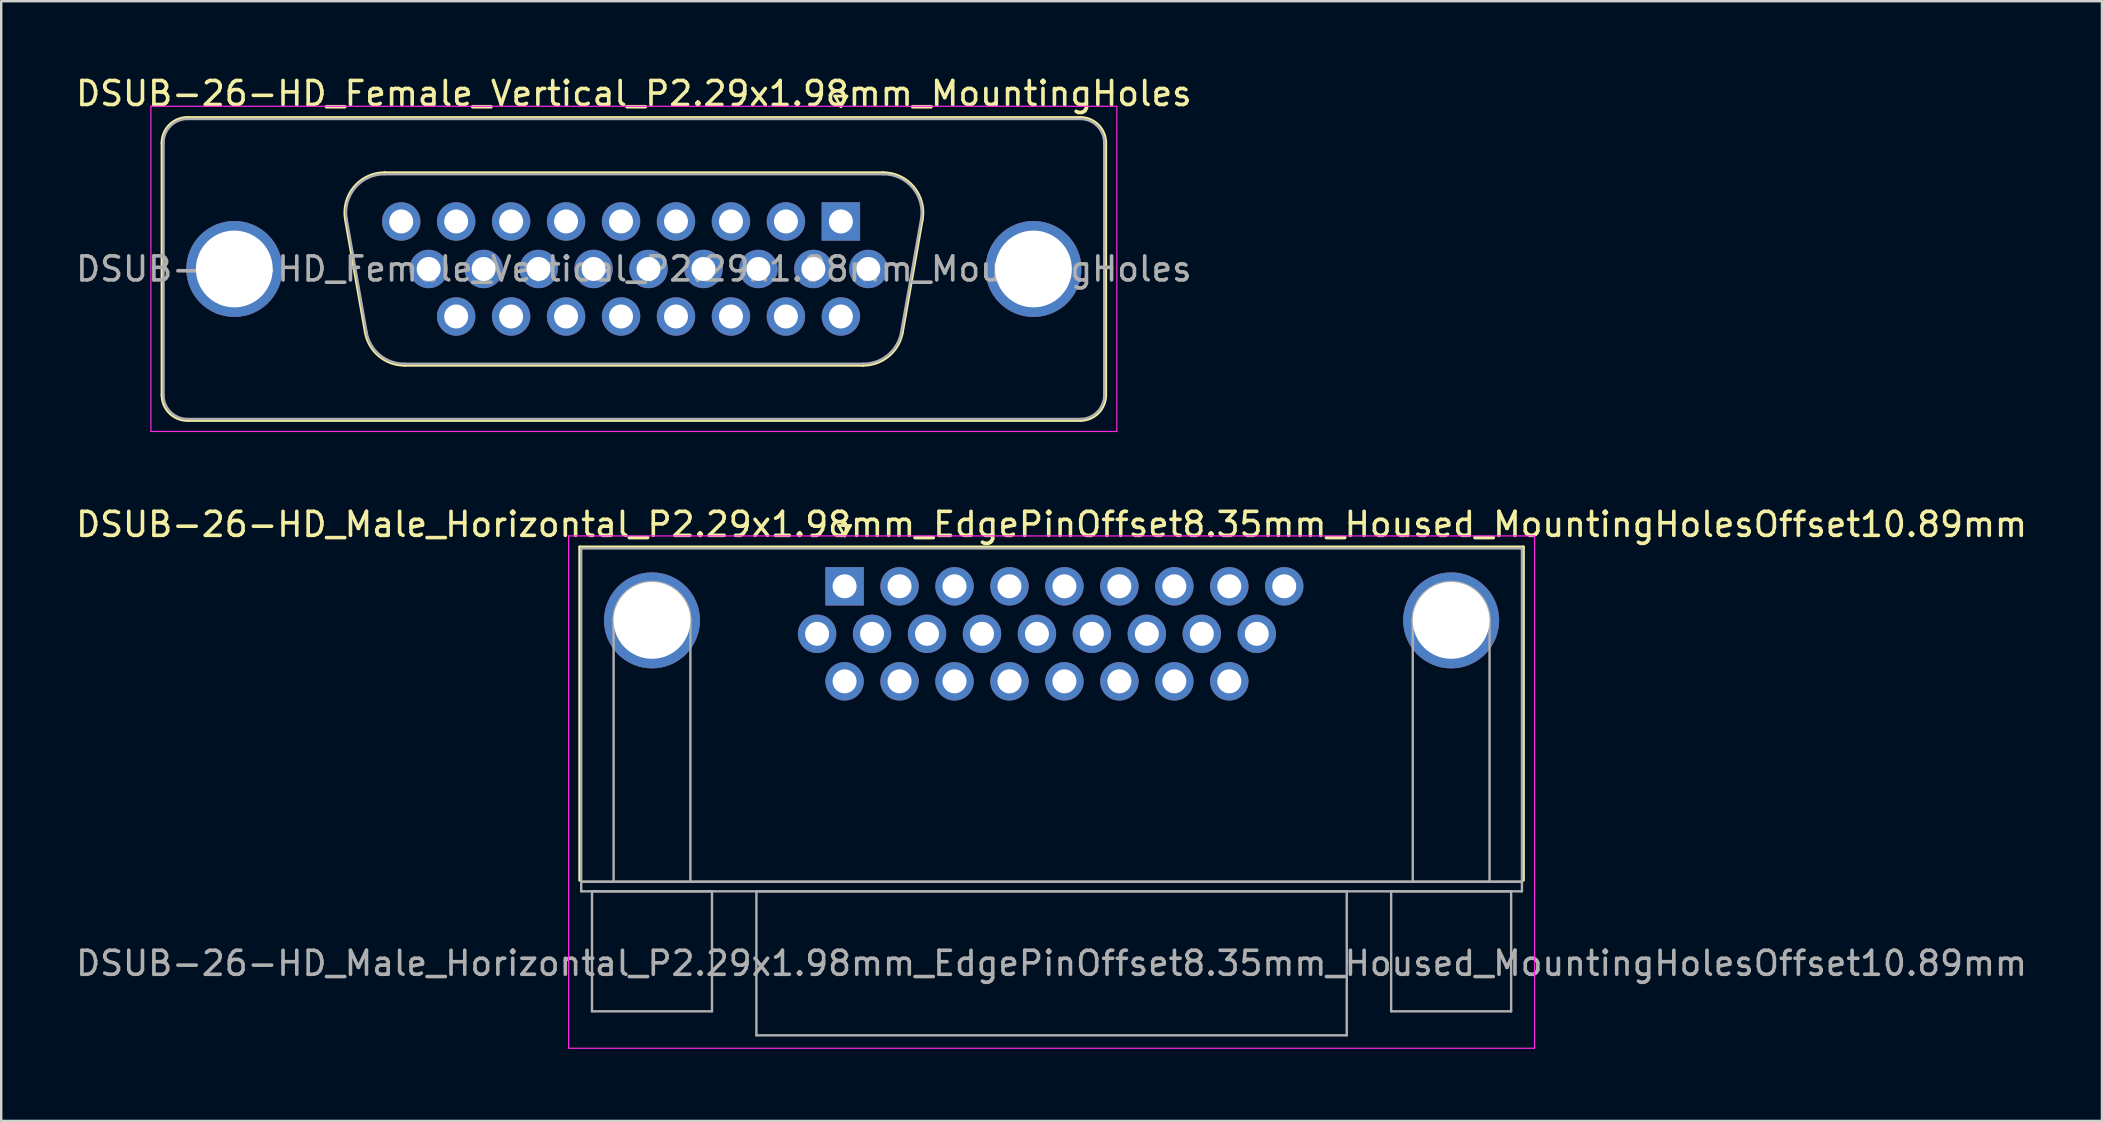
<source format=kicad_pcb>
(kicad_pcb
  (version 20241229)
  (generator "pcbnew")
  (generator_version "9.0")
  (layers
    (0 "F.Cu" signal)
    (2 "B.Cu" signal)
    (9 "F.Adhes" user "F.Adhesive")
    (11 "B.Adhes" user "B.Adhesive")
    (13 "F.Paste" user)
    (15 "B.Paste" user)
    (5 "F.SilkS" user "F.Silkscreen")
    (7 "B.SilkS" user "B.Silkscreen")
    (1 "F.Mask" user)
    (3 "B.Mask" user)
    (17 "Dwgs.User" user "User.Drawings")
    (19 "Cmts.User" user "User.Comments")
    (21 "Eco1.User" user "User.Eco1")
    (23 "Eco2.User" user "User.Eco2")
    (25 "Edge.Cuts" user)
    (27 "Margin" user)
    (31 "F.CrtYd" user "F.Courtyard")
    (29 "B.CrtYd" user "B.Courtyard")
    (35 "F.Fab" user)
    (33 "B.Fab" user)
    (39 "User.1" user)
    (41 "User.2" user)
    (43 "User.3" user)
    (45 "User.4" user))
  (footprint "DSUB-26-HD_Male_Horizontal_P2.29x1.98mm_EdgePinOffset8.35mm_Housed_MountingHolesOffset10.89mm"
    (layer "F.Cu")
    (at 32.143 21.381)
    (property "Reference" "DSUB-26-HD_Male_Horizontal_P2.29x1.98mm_EdgePinOffset8.35mm_Housed_MountingHolesOffset10.89mm" (at 8.625 -2.58 0) (layer "F.SilkS") (effects (font (size 1 1) (thickness 0.15))))
    (attr through_hole)
    (fp_line (start -11.035 -1.64) (end 28.285 -1.64) (stroke (width 0.12) (type solid)) (layer "F.SilkS"))
    (fp_line (start -11.035 12.25) (end -11.035 -1.64) (stroke (width 0.12) (type solid)) (layer "F.SilkS"))
    (fp_line (start -0.25 -2.534) (end 0.25 -2.534) (stroke (width 0.12) (type solid)) (layer "F.SilkS"))
    (fp_line (start 0 -2.101) (end -0.25 -2.534) (stroke (width 0.12) (type solid)) (layer "F.SilkS"))
    (fp_line (start 0.25 -2.534) (end 0 -2.101) (stroke (width 0.12) (type solid)) (layer "F.SilkS"))
    (fp_line (start 28.285 -1.64) (end 28.285 12.25) (stroke (width 0.12) (type solid)) (layer "F.SilkS"))
    (fp_line (start -11.5 -2.1) (end -11.5 19.25) (stroke (width 0.05) (type solid)) (layer "F.CrtYd"))
    (fp_line (start -11.5 19.25) (end 28.75 19.25) (stroke (width 0.05) (type solid)) (layer "F.CrtYd"))
    (fp_line (start 28.75 -2.1) (end -11.5 -2.1) (stroke (width 0.05) (type solid)) (layer "F.CrtYd"))
    (fp_line (start 28.75 19.25) (end 28.75 -2.1) (stroke (width 0.05) (type solid)) (layer "F.CrtYd"))
    (fp_line (start -10.975 -1.58) (end -10.975 12.31) (stroke (width 0.1) (type solid)) (layer "F.Fab"))
    (fp_line (start -10.975 12.31) (end -10.975 12.71) (stroke (width 0.1) (type solid)) (layer "F.Fab"))
    (fp_line (start -10.975 12.31) (end 28.225 12.31) (stroke (width 0.1) (type solid)) (layer "F.Fab"))
    (fp_line (start -10.975 12.71) (end 28.225 12.71) (stroke (width 0.1) (type solid)) (layer "F.Fab"))
    (fp_line (start -10.525 12.71) (end -10.525 17.71) (stroke (width 0.1) (type solid)) (layer "F.Fab"))
    (fp_line (start -10.525 17.71) (end -5.525 17.71) (stroke (width 0.1) (type solid)) (layer "F.Fab"))
    (fp_line (start -9.625 12.31) (end -9.625 1.42) (stroke (width 0.1) (type solid)) (layer "F.Fab"))
    (fp_line (start -6.425 12.31) (end -6.425 1.42) (stroke (width 0.1) (type solid)) (layer "F.Fab"))
    (fp_line (start -5.525 12.71) (end -10.525 12.71) (stroke (width 0.1) (type solid)) (layer "F.Fab"))
    (fp_line (start -5.525 17.71) (end -5.525 12.71) (stroke (width 0.1) (type solid)) (layer "F.Fab"))
    (fp_line (start -3.675 12.71) (end -3.675 18.71) (stroke (width 0.1) (type solid)) (layer "F.Fab"))
    (fp_line (start -3.675 18.71) (end 20.925 18.71) (stroke (width 0.1) (type solid)) (layer "F.Fab"))
    (fp_line (start 20.925 12.71) (end -3.675 12.71) (stroke (width 0.1) (type solid)) (layer "F.Fab"))
    (fp_line (start 20.925 18.71) (end 20.925 12.71) (stroke (width 0.1) (type solid)) (layer "F.Fab"))
    (fp_line (start 22.775 12.71) (end 22.775 17.71) (stroke (width 0.1) (type solid)) (layer "F.Fab"))
    (fp_line (start 22.775 17.71) (end 27.775 17.71) (stroke (width 0.1) (type solid)) (layer "F.Fab"))
    (fp_line (start 23.675 12.31) (end 23.675 1.42) (stroke (width 0.1) (type solid)) (layer "F.Fab"))
    (fp_line (start 26.875 12.31) (end 26.875 1.42) (stroke (width 0.1) (type solid)) (layer "F.Fab"))
    (fp_line (start 27.775 12.71) (end 22.775 12.71) (stroke (width 0.1) (type solid)) (layer "F.Fab"))
    (fp_line (start 27.775 17.71) (end 27.775 12.71) (stroke (width 0.1) (type solid)) (layer "F.Fab"))
    (fp_line (start 28.225 -1.58) (end -10.975 -1.58) (stroke (width 0.1) (type solid)) (layer "F.Fab"))
    (fp_line (start 28.225 12.31) (end -10.975 12.31) (stroke (width 0.1) (type solid)) (layer "F.Fab"))
    (fp_line (start 28.225 12.31) (end 28.225 -1.58) (stroke (width 0.1) (type solid)) (layer "F.Fab"))
    (fp_line (start 28.225 12.71) (end 28.225 12.31) (stroke (width 0.1) (type solid)) (layer "F.Fab"))
    (fp_arc (start -9.625 1.42) (mid -8.025 -0.18) (end -6.425 1.42) (stroke (width 0.1) (type solid)) (layer "F.Fab"))
    (fp_arc (start 23.675 1.42) (mid 25.275 -0.18) (end 26.875 1.42) (stroke (width 0.1) (type solid)) (layer "F.Fab"))
    (fp_text user "${REFERENCE}" (at 8.625 15.71 0) (layer "F.Fab") (effects (font (size 1 1) (thickness 0.15))))
    (pad "0" thru_hole circle (at -8.025 1.42) (size 4 4) (drill 3.2) (layers "*.Cu" "*.Mask"))
    (pad "0" thru_hole circle (at 25.275 1.42) (size 4 4) (drill 3.2) (layers "*.Cu" "*.Mask"))
    (pad "1" thru_hole rect (at 0 0) (size 1.6 1.6) (drill 1) (layers "*.Cu" "*.Mask"))
    (pad "2" thru_hole circle (at 2.29 0) (size 1.6 1.6) (drill 1) (layers "*.Cu" "*.Mask"))
    (pad "3" thru_hole circle (at 4.58 0) (size 1.6 1.6) (drill 1) (layers "*.Cu" "*.Mask"))
    (pad "4" thru_hole circle (at 6.87 0) (size 1.6 1.6) (drill 1) (layers "*.Cu" "*.Mask"))
    (pad "5" thru_hole circle (at 9.16 0) (size 1.6 1.6) (drill 1) (layers "*.Cu" "*.Mask"))
    (pad "6" thru_hole circle (at 11.45 0) (size 1.6 1.6) (drill 1) (layers "*.Cu" "*.Mask"))
    (pad "7" thru_hole circle (at 13.74 0) (size 1.6 1.6) (drill 1) (layers "*.Cu" "*.Mask"))
    (pad "8" thru_hole circle (at 16.03 0) (size 1.6 1.6) (drill 1) (layers "*.Cu" "*.Mask"))
    (pad "9" thru_hole circle (at 18.32 0) (size 1.6 1.6) (drill 1) (layers "*.Cu" "*.Mask"))
    (pad "10" thru_hole circle (at -1.145 1.98) (size 1.6 1.6) (drill 1) (layers "*.Cu" "*.Mask"))
    (pad "11" thru_hole circle (at 1.145 1.98) (size 1.6 1.6) (drill 1) (layers "*.Cu" "*.Mask"))
    (pad "12" thru_hole circle (at 3.435 1.98) (size 1.6 1.6) (drill 1) (layers "*.Cu" "*.Mask"))
    (pad "13" thru_hole circle (at 5.725 1.98) (size 1.6 1.6) (drill 1) (layers "*.Cu" "*.Mask"))
    (pad "14" thru_hole circle (at 8.015 1.98) (size 1.6 1.6) (drill 1) (layers "*.Cu" "*.Mask"))
    (pad "15" thru_hole circle (at 10.305 1.98) (size 1.6 1.6) (drill 1) (layers "*.Cu" "*.Mask"))
    (pad "16" thru_hole circle (at 12.595 1.98) (size 1.6 1.6) (drill 1) (layers "*.Cu" "*.Mask"))
    (pad "17" thru_hole circle (at 14.885 1.98) (size 1.6 1.6) (drill 1) (layers "*.Cu" "*.Mask"))
    (pad "18" thru_hole circle (at 17.175 1.98) (size 1.6 1.6) (drill 1) (layers "*.Cu" "*.Mask"))
    (pad "19" thru_hole circle (at 0 3.96) (size 1.6 1.6) (drill 1) (layers "*.Cu" "*.Mask"))
    (pad "20" thru_hole circle (at 2.29 3.96) (size 1.6 1.6) (drill 1) (layers "*.Cu" "*.Mask"))
    (pad "21" thru_hole circle (at 4.58 3.96) (size 1.6 1.6) (drill 1) (layers "*.Cu" "*.Mask"))
    (pad "22" thru_hole circle (at 6.87 3.96) (size 1.6 1.6) (drill 1) (layers "*.Cu" "*.Mask"))
    (pad "23" thru_hole circle (at 9.16 3.96) (size 1.6 1.6) (drill 1) (layers "*.Cu" "*.Mask"))
    (pad "24" thru_hole circle (at 11.45 3.96) (size 1.6 1.6) (drill 1) (layers "*.Cu" "*.Mask"))
    (pad "25" thru_hole circle (at 13.74 3.96) (size 1.6 1.6) (drill 1) (layers "*.Cu" "*.Mask"))
    (pad "26" thru_hole circle (at 16.03 3.96) (size 1.6 1.6) (drill 1) (layers "*.Cu" "*.Mask")))
  (footprint "DSUB-26-HD_Female_Vertical_P2.29x1.98mm_MountingHoles"
    (layer "F.Cu")
    (at 31.988 6.178)
    (property "Reference" "DSUB-26-HD_Female_Vertical_P2.29x1.98mm_MountingHoles" (at -8.625 -5.33 0) (layer "F.SilkS") (effects (font (size 1 1) (thickness 0.15))))
    (attr through_hole)
    (fp_line (start -28.285 7.23) (end -28.285 -3.27) (stroke (width 0.12) (type solid)) (layer "F.SilkS"))
    (fp_line (start -27.225 -4.33) (end 9.975 -4.33) (stroke (width 0.12) (type solid)) (layer "F.SilkS"))
    (fp_line (start -20.641 -0.082) (end -19.813 4.618) (stroke (width 0.12) (type solid)) (layer "F.SilkS"))
    (fp_line (start -19.007 -2.03) (end 1.757 -2.03) (stroke (width 0.12) (type solid)) (layer "F.SilkS"))
    (fp_line (start -18.178 5.99) (end 0.928 5.99) (stroke (width 0.12) (type solid)) (layer "F.SilkS"))
    (fp_line (start -0.25 -5.224) (end 0.25 -5.224) (stroke (width 0.12) (type solid)) (layer "F.SilkS"))
    (fp_line (start 0 -4.791) (end -0.25 -5.224) (stroke (width 0.12) (type solid)) (layer "F.SilkS"))
    (fp_line (start 0.25 -5.224) (end 0 -4.791) (stroke (width 0.12) (type solid)) (layer "F.SilkS"))
    (fp_line (start 3.391 -0.082) (end 2.563 4.618) (stroke (width 0.12) (type solid)) (layer "F.SilkS"))
    (fp_line (start 9.975 8.29) (end -27.225 8.29) (stroke (width 0.12) (type solid)) (layer "F.SilkS"))
    (fp_line (start 11.035 -3.27) (end 11.035 7.23) (stroke (width 0.12) (type solid)) (layer "F.SilkS"))
    (fp_arc (start -28.285 -3.27) (mid -27.974533 -4.019533) (end -27.225 -4.33) (stroke (width 0.12) (type solid)) (layer "F.SilkS"))
    (fp_arc (start -27.225 8.29) (mid -27.974533 7.979533) (end -28.285 7.23) (stroke (width 0.12) (type solid)) (layer "F.SilkS"))
    (fp_arc (start -20.64147 -0.081744) (mid -20.278323 -1.437028) (end -19.006689 -2.03) (stroke (width 0.12) (type solid)) (layer "F.SilkS"))
    (fp_arc (start -18.177952 5.99) (mid -19.244979 5.601634) (end -19.812733 4.618256) (stroke (width 0.12) (type solid)) (layer "F.SilkS"))
    (fp_arc (start 1.756689 -2.03) (mid 3.028323 -1.437027) (end 3.39147 -0.081744) (stroke (width 0.12) (type solid)) (layer "F.SilkS"))
    (fp_arc (start 2.562733 4.618256) (mid 1.99498 5.601634) (end 0.927952 5.99) (stroke (width 0.12) (type solid)) (layer "F.SilkS"))
    (fp_arc (start 9.975 -4.33) (mid 10.724533 -4.019533) (end 11.035 -3.27) (stroke (width 0.12) (type solid)) (layer "F.SilkS"))
    (fp_arc (start 11.035 7.23) (mid 10.724533 7.979533) (end 9.975 8.29) (stroke (width 0.12) (type solid)) (layer "F.SilkS"))
    (fp_line (start -28.75 -4.8) (end -28.75 8.75) (stroke (width 0.05) (type solid)) (layer "F.CrtYd"))
    (fp_line (start -28.75 8.75) (end 11.5 8.75) (stroke (width 0.05) (type solid)) (layer "F.CrtYd"))
    (fp_line (start 11.5 -4.8) (end -28.75 -4.8) (stroke (width 0.05) (type solid)) (layer "F.CrtYd"))
    (fp_line (start 11.5 8.75) (end 11.5 -4.8) (stroke (width 0.05) (type solid)) (layer "F.CrtYd"))
    (fp_line (start -28.225 7.23) (end -28.225 -3.27) (stroke (width 0.1) (type solid)) (layer "F.Fab"))
    (fp_line (start -27.225 -4.27) (end 9.975 -4.27) (stroke (width 0.1) (type solid)) (layer "F.Fab"))
    (fp_line (start -20.594 -0.092) (end -19.765 4.608) (stroke (width 0.1) (type solid)) (layer "F.Fab"))
    (fp_line (start -19.018 -1.97) (end 1.768 -1.97) (stroke (width 0.1) (type solid)) (layer "F.Fab"))
    (fp_line (start -18.189 5.93) (end 0.939 5.93) (stroke (width 0.1) (type solid)) (layer "F.Fab"))
    (fp_line (start 3.344 -0.092) (end 2.515 4.608) (stroke (width 0.1) (type solid)) (layer "F.Fab"))
    (fp_line (start 9.975 8.23) (end -27.225 8.23) (stroke (width 0.1) (type solid)) (layer "F.Fab"))
    (fp_line (start 10.975 -3.27) (end 10.975 7.23) (stroke (width 0.1) (type solid)) (layer "F.Fab"))
    (fp_arc (start -28.225 -3.27) (mid -27.932107 -3.977107) (end -27.225 -4.27) (stroke (width 0.1) (type solid)) (layer "F.Fab"))
    (fp_arc (start -27.225 8.23) (mid -27.932107 7.937107) (end -28.225 7.23) (stroke (width 0.1) (type solid)) (layer "F.Fab"))
    (fp_arc (start -20.593886 -0.092163) (mid -20.243865 -1.39846) (end -19.018194 -1.97) (stroke (width 0.1) (type solid)) (layer "F.Fab"))
    (fp_arc (start -18.189457 5.93) (mid -19.217917 5.555671) (end -19.765149 4.607837) (stroke (width 0.1) (type solid)) (layer "F.Fab"))
    (fp_arc (start 1.768194 -1.97) (mid 2.993865 -1.39846) (end 3.343886 -0.092163) (stroke (width 0.1) (type solid)) (layer "F.Fab"))
    (fp_arc (start 2.515149 4.607837) (mid 1.967917 5.555671) (end 0.939457 5.93) (stroke (width 0.1) (type solid)) (layer "F.Fab"))
    (fp_arc (start 9.975 -4.27) (mid 10.682107 -3.977107) (end 10.975 -3.27) (stroke (width 0.1) (type solid)) (layer "F.Fab"))
    (fp_arc (start 10.975 7.23) (mid 10.682107 7.937107) (end 9.975 8.23) (stroke (width 0.1) (type solid)) (layer "F.Fab"))
    (fp_text user "${REFERENCE}" (at -8.625 1.98 0) (layer "F.Fab") (effects (font (size 1 1) (thickness 0.15))))
    (pad "0" thru_hole circle (at -25.275 1.98) (size 4 4) (drill 3.2) (layers "*.Cu" "*.Mask"))
    (pad "0" thru_hole circle (at 8.025 1.98) (size 4 4) (drill 3.2) (layers "*.Cu" "*.Mask"))
    (pad "1" thru_hole rect (at 0 0) (size 1.6 1.6) (drill 1) (layers "*.Cu" "*.Mask"))
    (pad "2" thru_hole circle (at -2.29 0) (size 1.6 1.6) (drill 1) (layers "*.Cu" "*.Mask"))
    (pad "3" thru_hole circle (at -4.58 0) (size 1.6 1.6) (drill 1) (layers "*.Cu" "*.Mask"))
    (pad "4" thru_hole circle (at -6.87 0) (size 1.6 1.6) (drill 1) (layers "*.Cu" "*.Mask"))
    (pad "5" thru_hole circle (at -9.16 0) (size 1.6 1.6) (drill 1) (layers "*.Cu" "*.Mask"))
    (pad "6" thru_hole circle (at -11.45 0) (size 1.6 1.6) (drill 1) (layers "*.Cu" "*.Mask"))
    (pad "7" thru_hole circle (at -13.74 0) (size 1.6 1.6) (drill 1) (layers "*.Cu" "*.Mask"))
    (pad "8" thru_hole circle (at -16.03 0) (size 1.6 1.6) (drill 1) (layers "*.Cu" "*.Mask"))
    (pad "9" thru_hole circle (at -18.32 0) (size 1.6 1.6) (drill 1) (layers "*.Cu" "*.Mask"))
    (pad "10" thru_hole circle (at 1.145 1.98) (size 1.6 1.6) (drill 1) (layers "*.Cu" "*.Mask"))
    (pad "11" thru_hole circle (at -1.145 1.98) (size 1.6 1.6) (drill 1) (layers "*.Cu" "*.Mask"))
    (pad "12" thru_hole circle (at -3.435 1.98) (size 1.6 1.6) (drill 1) (layers "*.Cu" "*.Mask"))
    (pad "13" thru_hole circle (at -5.725 1.98) (size 1.6 1.6) (drill 1) (layers "*.Cu" "*.Mask"))
    (pad "14" thru_hole circle (at -8.015 1.98) (size 1.6 1.6) (drill 1) (layers "*.Cu" "*.Mask"))
    (pad "15" thru_hole circle (at -10.305 1.98) (size 1.6 1.6) (drill 1) (layers "*.Cu" "*.Mask"))
    (pad "16" thru_hole circle (at -12.595 1.98) (size 1.6 1.6) (drill 1) (layers "*.Cu" "*.Mask"))
    (pad "17" thru_hole circle (at -14.885 1.98) (size 1.6 1.6) (drill 1) (layers "*.Cu" "*.Mask"))
    (pad "18" thru_hole circle (at -17.175 1.98) (size 1.6 1.6) (drill 1) (layers "*.Cu" "*.Mask"))
    (pad "19" thru_hole circle (at 0 3.96) (size 1.6 1.6) (drill 1) (layers "*.Cu" "*.Mask"))
    (pad "20" thru_hole circle (at -2.29 3.96) (size 1.6 1.6) (drill 1) (layers "*.Cu" "*.Mask"))
    (pad "21" thru_hole circle (at -4.58 3.96) (size 1.6 1.6) (drill 1) (layers "*.Cu" "*.Mask"))
    (pad "22" thru_hole circle (at -6.87 3.96) (size 1.6 1.6) (drill 1) (layers "*.Cu" "*.Mask"))
    (pad "23" thru_hole circle (at -9.16 3.96) (size 1.6 1.6) (drill 1) (layers "*.Cu" "*.Mask"))
    (pad "24" thru_hole circle (at -11.45 3.96) (size 1.6 1.6) (drill 1) (layers "*.Cu" "*.Mask"))
    (pad "25" thru_hole circle (at -13.74 3.96) (size 1.6 1.6) (drill 1) (layers "*.Cu" "*.Mask"))
    (pad "26" thru_hole circle (at -16.03 3.96) (size 1.6 1.6) (drill 1) (layers "*.Cu" "*.Mask")))
  (gr_rect
    (start -3 -3)
    (end 84.536 43.657)
    (stroke (width 0.1) (type default))
    (fill no)
    (layer "Edge.Cuts")))
</source>
